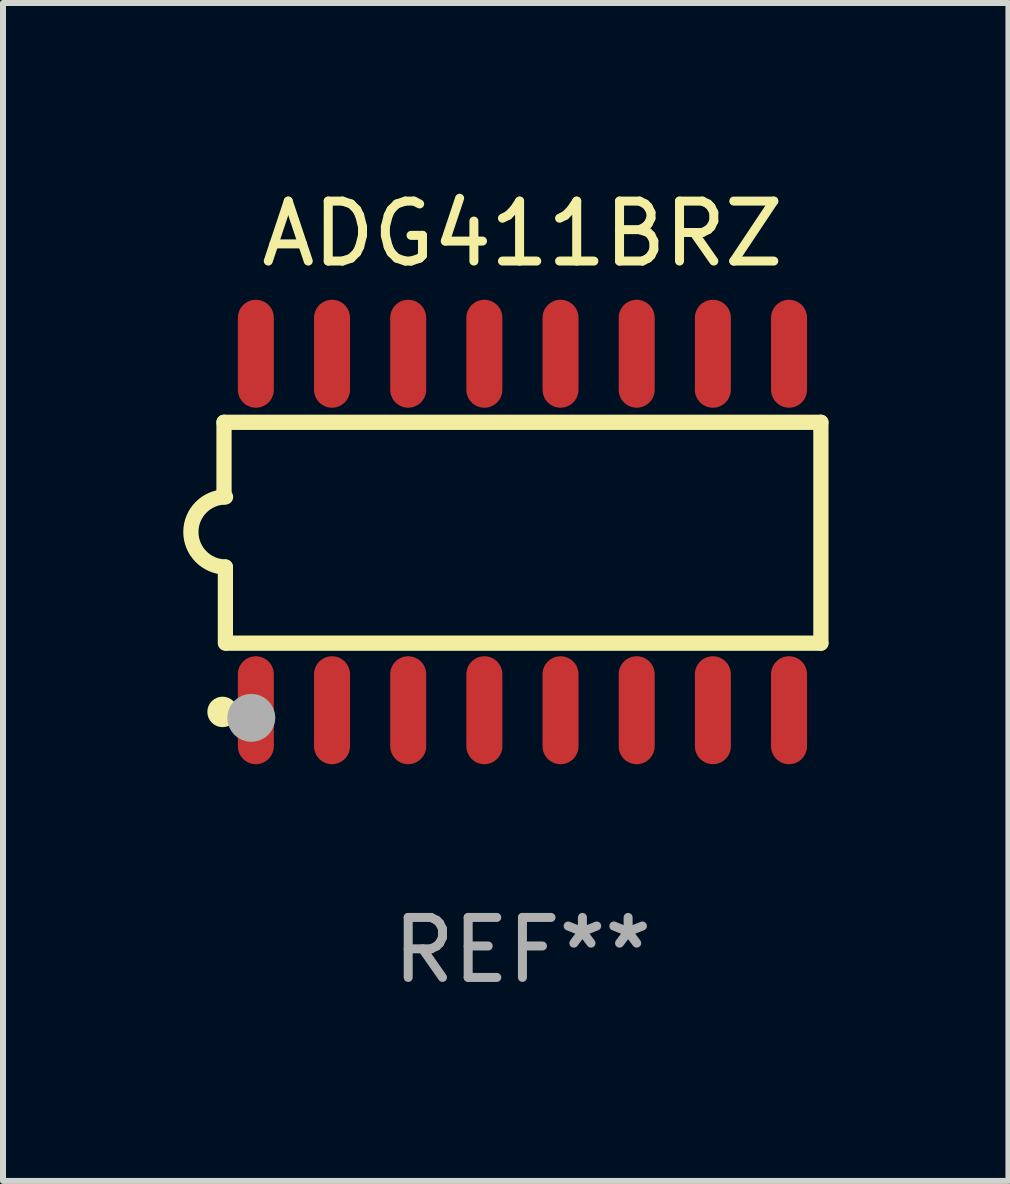
<source format=kicad_pcb>
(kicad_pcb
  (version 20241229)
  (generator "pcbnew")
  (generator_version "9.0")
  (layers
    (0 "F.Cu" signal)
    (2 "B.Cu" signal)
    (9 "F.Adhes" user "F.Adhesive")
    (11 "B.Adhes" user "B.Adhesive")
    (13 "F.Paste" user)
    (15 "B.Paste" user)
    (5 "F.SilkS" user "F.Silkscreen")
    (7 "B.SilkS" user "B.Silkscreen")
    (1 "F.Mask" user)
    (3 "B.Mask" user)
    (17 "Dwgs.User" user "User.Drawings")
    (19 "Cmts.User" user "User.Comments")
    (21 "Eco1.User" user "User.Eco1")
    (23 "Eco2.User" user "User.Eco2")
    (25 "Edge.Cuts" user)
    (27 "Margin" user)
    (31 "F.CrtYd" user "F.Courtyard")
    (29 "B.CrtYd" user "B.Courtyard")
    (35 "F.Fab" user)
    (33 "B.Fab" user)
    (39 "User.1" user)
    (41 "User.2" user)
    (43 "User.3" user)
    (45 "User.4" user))
  (footprint "ADG411BRZ"
    (layer "F.Cu")
    (at 5.661 5.82)
    (property "Reference" "ADG411BRZ" (at 0 -4.972 0) (layer "F.SilkS") (effects (font (size 1 1) (thickness 0.15))))
    (attr through_hole)
    (fp_line (start -4.976 -1.829) (end -4.976 -0.584) (stroke (width 0.254) (type solid)) (layer "F.SilkS"))
    (fp_line (start -4.953 0.584) (end -4.953 1.854) (stroke (width 0.254) (type solid)) (layer "F.SilkS"))
    (fp_line (start -4.928 1.854) (end 4.976 1.854) (stroke (width 0.254) (type solid)) (layer "F.SilkS"))
    (fp_line (start 4.976 -1.829) (end -4.976 -1.829) (stroke (width 0.254) (type solid)) (layer "F.SilkS"))
    (fp_line (start 4.976 1.854) (end 4.976 -1.829) (stroke (width 0.254) (type solid)) (layer "F.SilkS"))
    (fp_arc (start -4.95301 0.584201) (mid -5.533866 -0.00152) (end -4.950088 -0.584329) (stroke (width 0.254001) (type solid)) (layer "F.SilkS"))
    (fp_circle (center -5 3) (end -4.873 3) (stroke (width 0.254) (type solid)) (fill no) (layer "F.SilkS"))
    (fp_circle (center -4.521 3.099) (end -4.321 3.099) (stroke (width 0.4) (type solid)) (fill no) (layer "F.Fab"))
    (fp_text user "REF**" (at 0 6.972 0) (layer "F.Fab") (effects (font (size 1 1) (thickness 0.15))))
    (pad "1" smd oval (at -4.445 2.972 180) (size 0.6 1.8) (layers "F.Cu" "F.Mask" "F.Paste"))
    (pad "2" smd oval (at -3.175 2.972 180) (size 0.6 1.8) (layers "F.Cu" "F.Mask" "F.Paste"))
    (pad "3" smd oval (at -1.905 2.972 180) (size 0.6 1.8) (layers "F.Cu" "F.Mask" "F.Paste"))
    (pad "4" smd oval (at -0.635 2.972 180) (size 0.6 1.8) (layers "F.Cu" "F.Mask" "F.Paste"))
    (pad "5" smd oval (at 0.635 2.972 180) (size 0.6 1.8) (layers "F.Cu" "F.Mask" "F.Paste"))
    (pad "6" smd oval (at 1.905 2.972 180) (size 0.6 1.8) (layers "F.Cu" "F.Mask" "F.Paste"))
    (pad "7" smd oval (at 3.175 2.972 180) (size 0.6 1.8) (layers "F.Cu" "F.Mask" "F.Paste"))
    (pad "8" smd oval (at 4.445 2.972 180) (size 0.6 1.8) (layers "F.Cu" "F.Mask" "F.Paste"))
    (pad "9" smd oval (at 4.445 -2.972 180) (size 0.6 1.8) (layers "F.Cu" "F.Mask" "F.Paste"))
    (pad "10" smd oval (at 3.175 -2.972 180) (size 0.6 1.8) (layers "F.Cu" "F.Mask" "F.Paste"))
    (pad "11" smd oval (at 1.905 -2.972 180) (size 0.6 1.8) (layers "F.Cu" "F.Mask" "F.Paste"))
    (pad "12" smd oval (at 0.635 -2.972 180) (size 0.6 1.8) (layers "F.Cu" "F.Mask" "F.Paste"))
    (pad "13" smd oval (at -0.635 -2.972 180) (size 0.6 1.8) (layers "F.Cu" "F.Mask" "F.Paste"))
    (pad "14" smd oval (at -1.905 -2.972 180) (size 0.6 1.8) (layers "F.Cu" "F.Mask" "F.Paste"))
    (pad "15" smd oval (at -3.175 -2.972 180) (size 0.6 1.8) (layers "F.Cu" "F.Mask" "F.Paste"))
    (pad "16" smd oval (at -4.445 -2.972 180) (size 0.6 1.8) (layers "F.Cu" "F.Mask" "F.Paste")))
  (gr_rect
    (start -3 -3)
    (end 13.764 16.64)
    (stroke (width 0.1) (type default))
    (fill no)
    (layer "Edge.Cuts")))
</source>
